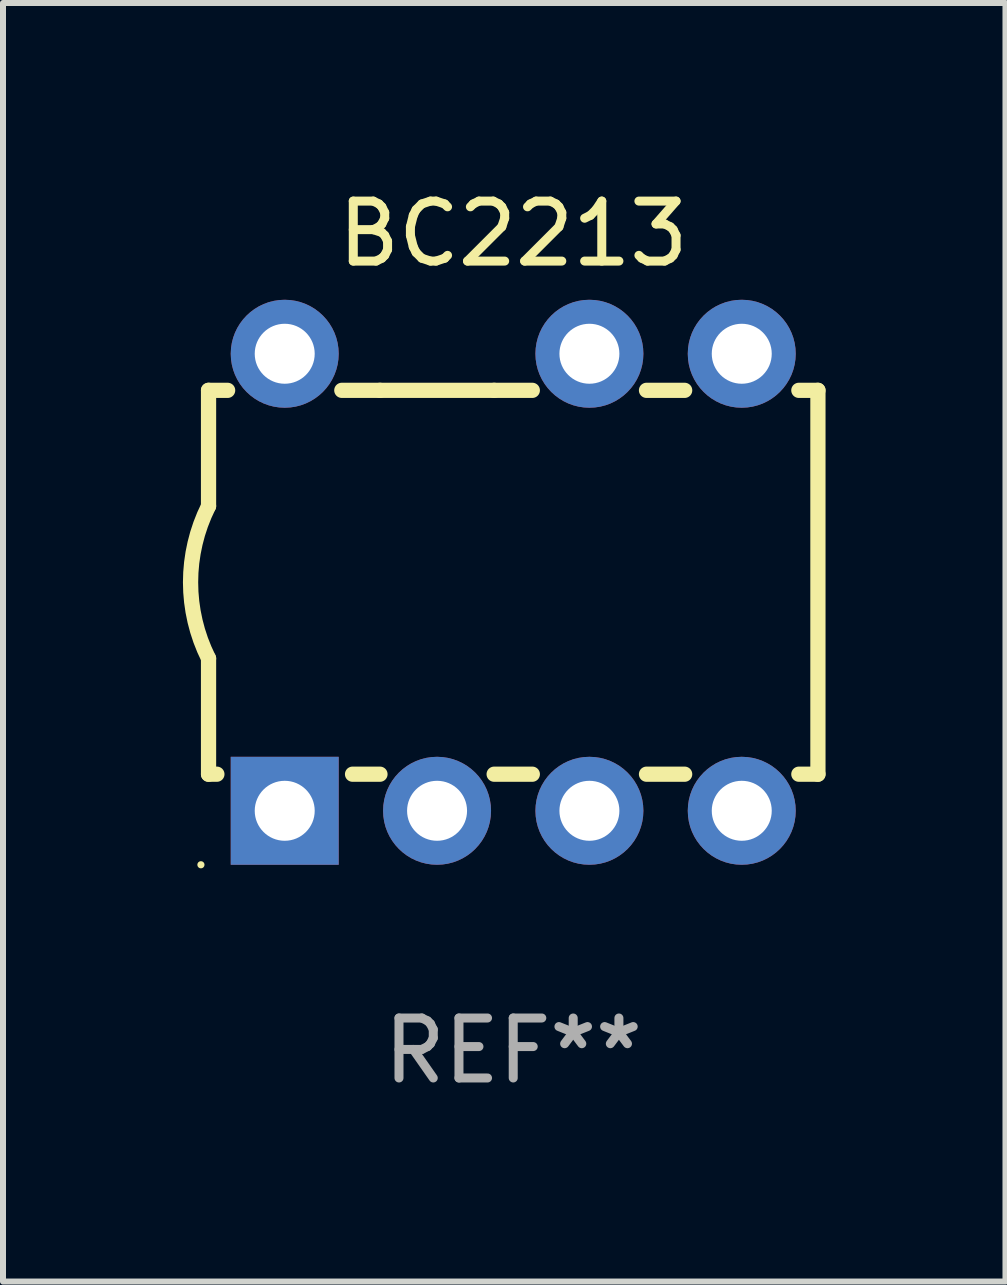
<source format=kicad_pcb>
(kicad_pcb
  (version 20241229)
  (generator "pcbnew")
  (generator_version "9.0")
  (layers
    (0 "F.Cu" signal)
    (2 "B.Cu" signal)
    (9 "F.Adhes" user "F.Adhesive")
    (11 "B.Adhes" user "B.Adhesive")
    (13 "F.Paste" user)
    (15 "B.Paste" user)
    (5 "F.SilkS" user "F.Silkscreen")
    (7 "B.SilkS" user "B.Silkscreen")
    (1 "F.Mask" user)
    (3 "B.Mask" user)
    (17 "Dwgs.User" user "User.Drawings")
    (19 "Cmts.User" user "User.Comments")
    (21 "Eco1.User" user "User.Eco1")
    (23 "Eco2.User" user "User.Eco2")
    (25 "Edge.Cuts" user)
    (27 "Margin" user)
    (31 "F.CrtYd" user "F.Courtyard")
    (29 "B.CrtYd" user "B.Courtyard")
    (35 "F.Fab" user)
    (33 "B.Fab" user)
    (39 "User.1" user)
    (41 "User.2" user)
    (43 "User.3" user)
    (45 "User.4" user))
  (footprint "BC2213"
    (layer "F.Cu")
    (at 5.507 6.658)
    (property "Reference" "BC2213" (at 0 -5.81 0) (layer "F.SilkS") (effects (font (size 1 1) (thickness 0.15))))
    (attr through_hole)
    (fp_line (start -5.08 -3.2) (end -4.762 -3.2) (stroke (width 0.254) (type solid)) (layer "F.SilkS"))
    (fp_line (start -5.08 -1.27) (end -5.08 -3.2) (stroke (width 0.254) (type solid)) (layer "F.SilkS"))
    (fp_line (start -5.08 3.2) (end -5.08 1.27) (stroke (width 0.254) (type solid)) (layer "F.SilkS"))
    (fp_line (start -5.08 3.2) (end -4.941 3.2) (stroke (width 0.254) (type solid)) (layer "F.SilkS"))
    (fp_line (start -2.858 -3.2) (end -2.222 -3.2) (stroke (width 0.254) (type solid)) (layer "F.SilkS"))
    (fp_line (start -2.679 3.2) (end -2.222 3.2) (stroke (width 0.254) (type solid)) (layer "F.SilkS"))
    (fp_line (start -2.222 -3.2) (end -0.318 -3.2) (stroke (width 0.254) (type solid)) (layer "F.SilkS"))
    (fp_line (start -0.318 -3.2) (end 0.318 -3.2) (stroke (width 0.254) (type solid)) (layer "F.SilkS"))
    (fp_line (start -0.318 3.2) (end 0.318 3.2) (stroke (width 0.254) (type solid)) (layer "F.SilkS"))
    (fp_line (start 2.222 -3.2) (end 2.858 -3.2) (stroke (width 0.254) (type solid)) (layer "F.SilkS"))
    (fp_line (start 2.222 3.2) (end 2.858 3.2) (stroke (width 0.254) (type solid)) (layer "F.SilkS"))
    (fp_line (start 4.762 -3.2) (end 5.08 -3.2) (stroke (width 0.254) (type solid)) (layer "F.SilkS"))
    (fp_line (start 4.762 3.2) (end 5.08 3.2) (stroke (width 0.254) (type solid)) (layer "F.SilkS"))
    (fp_line (start 5.08 3.2) (end 5.08 -3.2) (stroke (width 0.254) (type solid)) (layer "F.SilkS"))
    (fp_arc (start -5.080011 1.270002) (mid -5.379818 -0.000001) (end -5.08001 -1.270003) (stroke (width 0.254001) (type solid)) (layer "F.SilkS"))
    (fp_circle (center -5.207 4.71) (end -5.177 4.71) (stroke (width 0.06) (type solid)) (fill no) (layer "F.SilkS"))
    (fp_text user "REF**" (at 0 7.81 0) (layer "F.Fab") (effects (font (size 1 1) (thickness 0.15))))
    (pad "1" thru_hole rect (at -3.81 3.81) (size 1.8 1.8) (drill 1) (layers "*.Cu" "*.Mask"))
    (pad "2" thru_hole circle (at -1.27 3.81) (size 1.8 1.8) (drill 1) (layers "*.Cu" "*.Mask"))
    (pad "3" thru_hole circle (at 1.27 3.81) (size 1.8 1.8) (drill 1) (layers "*.Cu" "*.Mask"))
    (pad "4" thru_hole circle (at 3.81 3.81) (size 1.8 1.8) (drill 1) (layers "*.Cu" "*.Mask"))
    (pad "5" thru_hole circle (at 3.81 -3.81) (size 1.8 1.8) (drill 1) (layers "*.Cu" "*.Mask"))
    (pad "6" thru_hole circle (at 1.27 -3.81) (size 1.8 1.8) (drill 1) (layers "*.Cu" "*.Mask"))
    (pad "8" thru_hole circle (at -3.81 -3.81) (size 1.8 1.8) (drill 1) (layers "*.Cu" "*.Mask")))
  (gr_rect
    (start -3 -3)
    (end 13.714 18.317)
    (stroke (width 0.1) (type default))
    (fill no)
    (layer "Edge.Cuts")))
</source>
